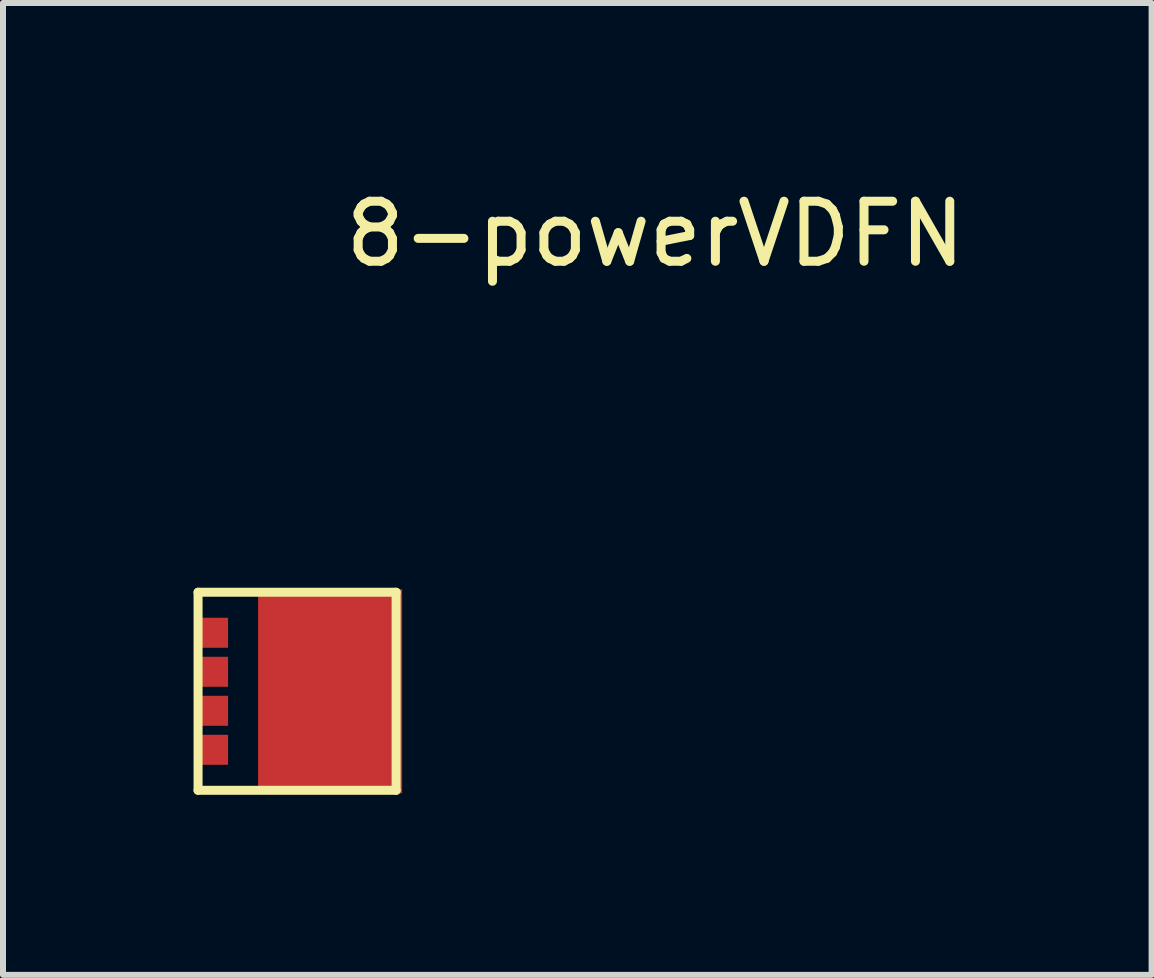
<source format=kicad_pcb>
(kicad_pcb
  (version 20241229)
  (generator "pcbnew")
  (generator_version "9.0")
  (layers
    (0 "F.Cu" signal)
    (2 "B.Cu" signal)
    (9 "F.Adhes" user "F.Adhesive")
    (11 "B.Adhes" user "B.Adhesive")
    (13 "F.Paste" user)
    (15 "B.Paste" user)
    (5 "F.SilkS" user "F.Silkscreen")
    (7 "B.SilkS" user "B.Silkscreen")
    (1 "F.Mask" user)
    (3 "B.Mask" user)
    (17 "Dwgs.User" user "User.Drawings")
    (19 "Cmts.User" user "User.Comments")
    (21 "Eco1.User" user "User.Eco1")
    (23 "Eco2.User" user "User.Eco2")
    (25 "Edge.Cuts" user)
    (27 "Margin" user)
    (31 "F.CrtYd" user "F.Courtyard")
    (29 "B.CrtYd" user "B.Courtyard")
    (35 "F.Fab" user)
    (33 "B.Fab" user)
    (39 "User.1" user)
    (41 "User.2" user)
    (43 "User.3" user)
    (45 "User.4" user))
  (footprint "8-powerVDFN"
    (layer "F.Cu")
    (at 0.25 8.468)
    (property "Reference" "8-powerVDFN" (at 7.62 -7.62 0) (layer "F.SilkS") (effects (font (size 1 1) (thickness 0.15))))
    (attr through_hole)
    (fp_line (start 0 -1.65) (end 3.3 -1.65) (stroke (width 0.15) (type solid)) (layer "F.SilkS"))
    (fp_line (start 0 1.65) (end 0 -1.65) (stroke (width 0.15) (type solid)) (layer "F.SilkS"))
    (fp_line (start 3.3 -1.65) (end 3.3 1.65) (stroke (width 0.15) (type solid)) (layer "F.SilkS"))
    (fp_line (start 3.3 1.65) (end 0 1.65) (stroke (width 0.15) (type solid)) (layer "F.SilkS"))
    (pad "1" smd rect (at 0.25 -0.975) (size 0.5 0.5) (layers "F.Cu" "F.Mask" "F.Paste"))
    (pad "2" smd rect (at 0.25 -0.325) (size 0.5 0.5) (layers "F.Cu" "F.Mask" "F.Paste"))
    (pad "3" smd rect (at 0.25 0.325) (size 0.5 0.5) (layers "F.Cu" "F.Mask" "F.Paste"))
    (pad "4" smd rect (at 0.25 0.975) (size 0.5 0.5) (layers "F.Cu" "F.Mask" "F.Paste"))
    (pad "5" smd rect (at 2.2 0) (size 2.4 3.4) (layers "F.Cu" "F.Mask" "F.Paste")))
  (gr_rect
    (start -3 -3)
    (end 16.138 13.193)
    (stroke (width 0.1) (type default))
    (fill no)
    (layer "Edge.Cuts")))
</source>
